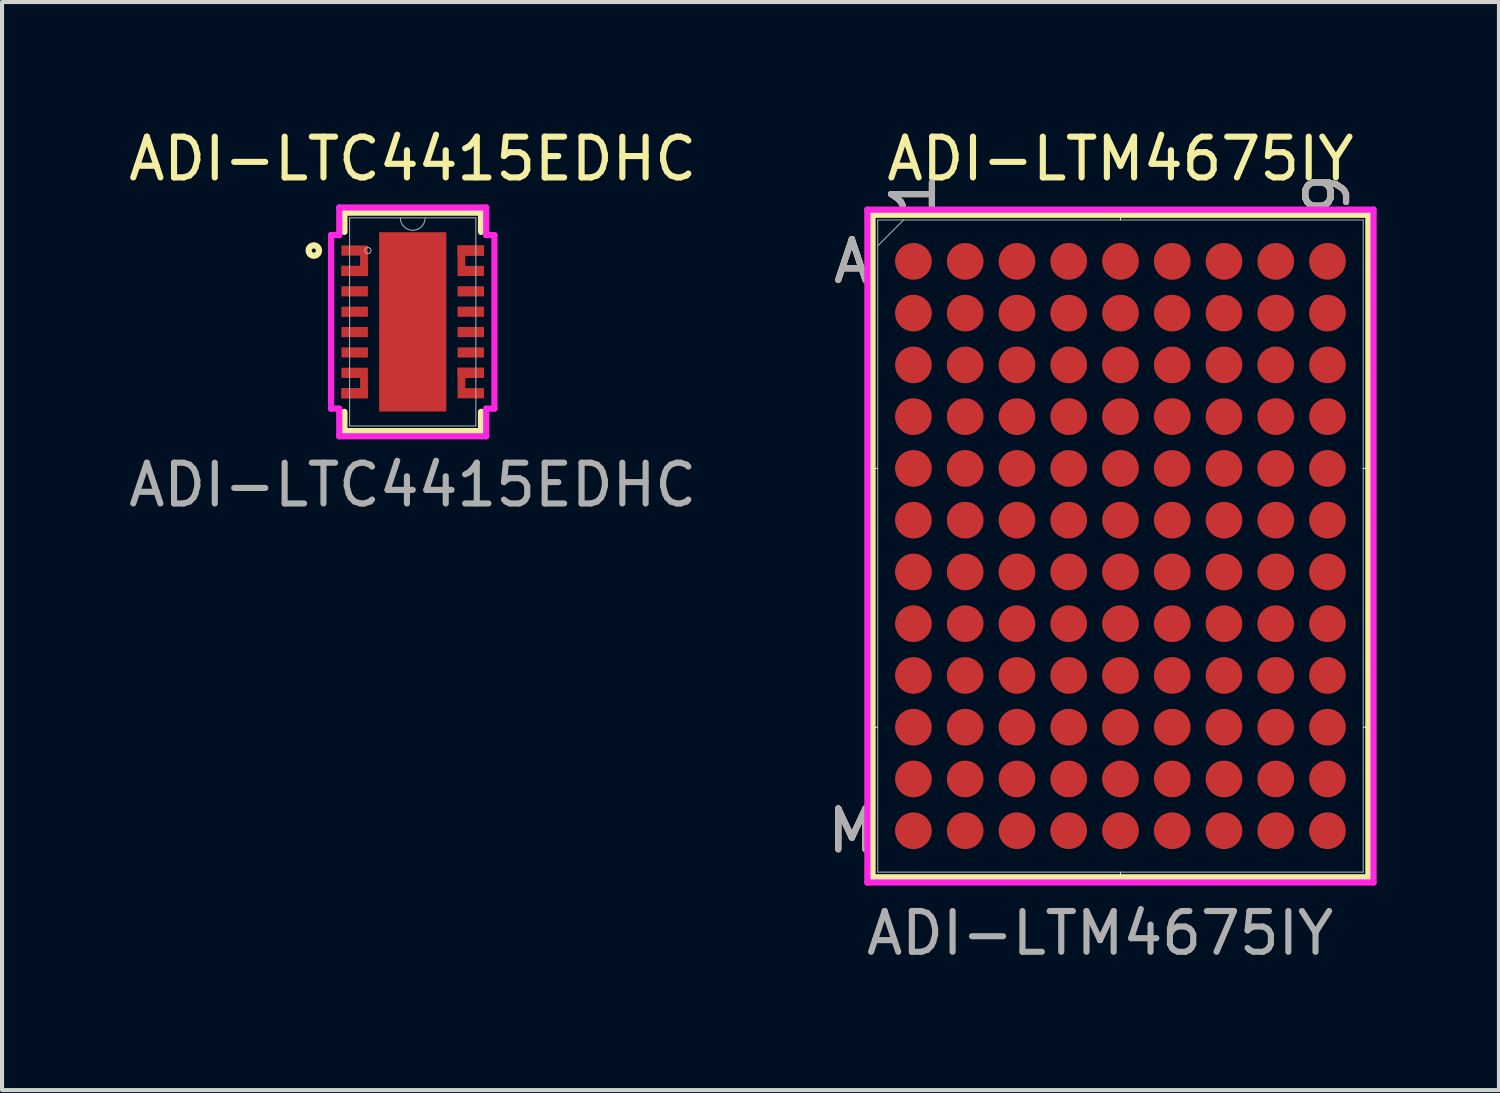
<source format=kicad_pcb>
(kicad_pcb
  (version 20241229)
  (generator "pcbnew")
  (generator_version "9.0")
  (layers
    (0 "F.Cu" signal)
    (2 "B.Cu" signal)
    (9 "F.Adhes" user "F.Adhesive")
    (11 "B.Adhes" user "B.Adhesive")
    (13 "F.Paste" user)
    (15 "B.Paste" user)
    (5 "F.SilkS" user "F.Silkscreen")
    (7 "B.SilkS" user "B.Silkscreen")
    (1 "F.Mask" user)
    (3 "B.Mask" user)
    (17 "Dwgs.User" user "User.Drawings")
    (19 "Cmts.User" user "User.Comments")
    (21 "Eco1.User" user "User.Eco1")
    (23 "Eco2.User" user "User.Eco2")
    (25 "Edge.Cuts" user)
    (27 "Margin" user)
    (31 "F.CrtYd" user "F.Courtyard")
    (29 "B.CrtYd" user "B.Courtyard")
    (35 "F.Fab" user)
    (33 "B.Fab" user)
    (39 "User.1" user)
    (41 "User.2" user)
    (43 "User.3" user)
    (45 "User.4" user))
  (footprint "ADI-LTM4675IY"
    (layer "F.Cu")
    (at 24.442 10.348)
    (property "Reference" "ADI-LTM4675IY" (at 0 -9.5 0) (unlocked yes) (layer "F.SilkS") (effects (font (size 1 1) (thickness 0.15))))
    (attr smd)
    (fp_line (start -6.083 -8.128) (end -6.083 8.128) (stroke (width 0.152) (type solid)) (layer "F.SilkS"))
    (fp_line (start -6.083 8.128) (end 6.083 8.128) (stroke (width 0.152) (type solid)) (layer "F.SilkS"))
    (fp_line (start -5.956 -1.905) (end -6.21 -1.905) (stroke (width 0.025) (type solid)) (layer "F.SilkS"))
    (fp_line (start -5.956 4.445) (end -6.21 4.445) (stroke (width 0.025) (type solid)) (layer "F.SilkS"))
    (fp_line (start 0 -8.001) (end 0 -8.255) (stroke (width 0.025) (type solid)) (layer "F.SilkS"))
    (fp_line (start 0 8.001) (end 0 8.255) (stroke (width 0.025) (type solid)) (layer "F.SilkS"))
    (fp_line (start 5.956 -1.905) (end 6.21 -1.905) (stroke (width 0.025) (type solid)) (layer "F.SilkS"))
    (fp_line (start 5.956 4.445) (end 6.21 4.445) (stroke (width 0.025) (type solid)) (layer "F.SilkS"))
    (fp_line (start 6.083 -8.128) (end -6.083 -8.128) (stroke (width 0.152) (type solid)) (layer "F.SilkS"))
    (fp_line (start 6.083 8.128) (end 6.083 -8.128) (stroke (width 0.152) (type solid)) (layer "F.SilkS"))
    (fp_poly (pts (xy -6.223 -8.128) (xy 6.223 -8.128) (xy 6.223 8.128) (xy -6.223 8.128)) (stroke (width 0.1) (type solid)) (fill no) (layer "Eco2.User"))
    (fp_line (start -6.21 -8.255) (end 6.21 -8.255) (stroke (width 0.152) (type solid)) (layer "F.CrtYd"))
    (fp_line (start -6.21 8.255) (end -6.21 -8.255) (stroke (width 0.152) (type solid)) (layer "F.CrtYd"))
    (fp_line (start 6.21 -8.255) (end 6.21 8.255) (stroke (width 0.152) (type solid)) (layer "F.CrtYd"))
    (fp_line (start 6.21 8.255) (end -6.21 8.255) (stroke (width 0.152) (type solid)) (layer "F.CrtYd"))
    (fp_line (start -5.956 -8.001) (end -5.956 8.001) (stroke (width 0.025) (type solid)) (layer "F.Fab"))
    (fp_line (start -5.956 8.001) (end 5.956 8.001) (stroke (width 0.025) (type solid)) (layer "F.Fab"))
    (fp_line (start -5.321 -8.001) (end -5.956 -7.366) (stroke (width 0.025) (type solid)) (layer "F.Fab"))
    (fp_line (start 5.956 -8.001) (end -5.956 -8.001) (stroke (width 0.025) (type solid)) (layer "F.Fab"))
    (fp_line (start 5.956 8.001) (end 5.956 -8.001) (stroke (width 0.025) (type solid)) (layer "F.Fab"))
    (fp_text user "9" (at 5.08 -8.636 90) (unlocked yes) (layer "F.SilkS") (effects (font (size 1 1) (thickness 0.15))))
    (fp_text user "1" (at -5.08 -8.636 90) (unlocked yes) (layer "F.SilkS") (effects (font (size 1 1) (thickness 0.15))))
    (fp_text user "A" (at -6.591 -6.985 0) (unlocked yes) (layer "F.SilkS") (effects (font (size 1 1) (thickness 0.15))))
    (fp_text user "M" (at -6.591 6.985 0) (unlocked yes) (layer "F.SilkS") (effects (font (size 1 1) (thickness 0.15))))
    (fp_text user "1" (at -5.08 -8.636 90) (unlocked yes) (layer "B.SilkS") (effects (font (size 1 1) (thickness 0.15))))
    (fp_text user "A" (at -6.591 -6.985 0) (unlocked yes) (layer "B.SilkS") (effects (font (size 1 1) (thickness 0.15))))
    (fp_text user "M" (at -6.591 6.985 0) (unlocked yes) (layer "B.SilkS") (effects (font (size 1 1) (thickness 0.15))))
    (fp_text user "9" (at 5.08 -8.636 90) (unlocked yes) (layer "B.SilkS") (effects (font (size 1 1) (thickness 0.15))))
    (fp_text user "A" (at -6.591 -6.985 0) (unlocked yes) (layer "F.Fab") (effects (font (size 1 1) (thickness 0.15))))
    (fp_text user "9" (at 5.08 -8.636 90) (unlocked yes) (layer "F.Fab") (effects (font (size 1 1) (thickness 0.15))))
    (fp_text user "M" (at -6.591 6.985 0) (unlocked yes) (layer "F.Fab") (effects (font (size 1 1) (thickness 0.15))))
    (fp_text user "1" (at -5.08 -8.636 90) (unlocked yes) (layer "F.Fab") (effects (font (size 1 1) (thickness 0.15))))
    (fp_text user "${REFERENCE}" (at -0.5 9.5 0) (unlocked yes) (layer "F.Fab") (effects (font (size 1 1) (thickness 0.15))))
    (pad "A1" smd circle (at -5.08 -6.985) (size 0.9 0.9) (layers "F.Cu" "F.Mask" "F.Paste"))
    (pad "A2" smd circle (at -3.81 -6.985) (size 0.9 0.9) (layers "F.Cu" "F.Mask" "F.Paste"))
    (pad "A3" smd circle (at -2.54 -6.985) (size 0.9 0.9) (layers "F.Cu" "F.Mask" "F.Paste"))
    (pad "A4" smd circle (at -1.27 -6.985) (size 0.9 0.9) (layers "F.Cu" "F.Mask" "F.Paste"))
    (pad "A5" smd circle (at 0 -6.985) (size 0.9 0.9) (layers "F.Cu" "F.Mask" "F.Paste"))
    (pad "A6" smd circle (at 1.27 -6.985) (size 0.9 0.9) (layers "F.Cu" "F.Mask" "F.Paste"))
    (pad "A7" smd circle (at 2.54 -6.985) (size 0.9 0.9) (layers "F.Cu" "F.Mask" "F.Paste"))
    (pad "A8" smd circle (at 3.81 -6.985) (size 0.9 0.9) (layers "F.Cu" "F.Mask" "F.Paste"))
    (pad "A9" smd circle (at 5.08 -6.985) (size 0.9 0.9) (layers "F.Cu" "F.Mask" "F.Paste"))
    (pad "B1" smd circle (at -5.08 -5.715) (size 0.9 0.9) (layers "F.Cu" "F.Mask" "F.Paste"))
    (pad "B2" smd circle (at -3.81 -5.715) (size 0.9 0.9) (layers "F.Cu" "F.Mask" "F.Paste"))
    (pad "B3" smd circle (at -2.54 -5.715) (size 0.9 0.9) (layers "F.Cu" "F.Mask" "F.Paste"))
    (pad "B4" smd circle (at -1.27 -5.715) (size 0.9 0.9) (layers "F.Cu" "F.Mask" "F.Paste"))
    (pad "B5" smd circle (at 0 -5.715) (size 0.9 0.9) (layers "F.Cu" "F.Mask" "F.Paste"))
    (pad "B6" smd circle (at 1.27 -5.715) (size 0.9 0.9) (layers "F.Cu" "F.Mask" "F.Paste"))
    (pad "B7" smd circle (at 2.54 -5.715) (size 0.9 0.9) (layers "F.Cu" "F.Mask" "F.Paste"))
    (pad "B8" smd circle (at 3.81 -5.715) (size 0.9 0.9) (layers "F.Cu" "F.Mask" "F.Paste"))
    (pad "B9" smd circle (at 5.08 -5.715) (size 0.9 0.9) (layers "F.Cu" "F.Mask" "F.Paste"))
    (pad "C1" smd circle (at -5.08 -4.445) (size 0.9 0.9) (layers "F.Cu" "F.Mask" "F.Paste"))
    (pad "C2" smd circle (at -3.81 -4.445) (size 0.9 0.9) (layers "F.Cu" "F.Mask" "F.Paste"))
    (pad "C3" smd circle (at -2.54 -4.445) (size 0.9 0.9) (layers "F.Cu" "F.Mask" "F.Paste"))
    (pad "C4" smd circle (at -1.27 -4.445) (size 0.9 0.9) (layers "F.Cu" "F.Mask" "F.Paste"))
    (pad "C5" smd circle (at 0 -4.445) (size 0.9 0.9) (layers "F.Cu" "F.Mask" "F.Paste"))
    (pad "C6" smd circle (at 1.27 -4.445) (size 0.9 0.9) (layers "F.Cu" "F.Mask" "F.Paste"))
    (pad "C7" smd circle (at 2.54 -4.445) (size 0.9 0.9) (layers "F.Cu" "F.Mask" "F.Paste"))
    (pad "C8" smd circle (at 3.81 -4.445) (size 0.9 0.9) (layers "F.Cu" "F.Mask" "F.Paste"))
    (pad "C9" smd circle (at 5.08 -4.445) (size 0.9 0.9) (layers "F.Cu" "F.Mask" "F.Paste"))
    (pad "D1" smd circle (at -5.08 -3.175) (size 0.9 0.9) (layers "F.Cu" "F.Mask" "F.Paste"))
    (pad "D2" smd circle (at -3.81 -3.175) (size 0.9 0.9) (layers "F.Cu" "F.Mask" "F.Paste"))
    (pad "D3" smd circle (at -2.54 -3.175) (size 0.9 0.9) (layers "F.Cu" "F.Mask" "F.Paste"))
    (pad "D4" smd circle (at -1.27 -3.175) (size 0.9 0.9) (layers "F.Cu" "F.Mask" "F.Paste"))
    (pad "D5" smd circle (at 0 -3.175) (size 0.9 0.9) (layers "F.Cu" "F.Mask" "F.Paste"))
    (pad "D6" smd circle (at 1.27 -3.175) (size 0.9 0.9) (layers "F.Cu" "F.Mask" "F.Paste"))
    (pad "D7" smd circle (at 2.54 -3.175) (size 0.9 0.9) (layers "F.Cu" "F.Mask" "F.Paste"))
    (pad "D8" smd circle (at 3.81 -3.175) (size 0.9 0.9) (layers "F.Cu" "F.Mask" "F.Paste"))
    (pad "D9" smd circle (at 5.08 -3.175) (size 0.9 0.9) (layers "F.Cu" "F.Mask" "F.Paste"))
    (pad "E1" smd circle (at -5.08 -1.905) (size 0.9 0.9) (layers "F.Cu" "F.Mask" "F.Paste"))
    (pad "E2" smd circle (at -3.81 -1.905) (size 0.9 0.9) (layers "F.Cu" "F.Mask" "F.Paste"))
    (pad "E3" smd circle (at -2.54 -1.905) (size 0.9 0.9) (layers "F.Cu" "F.Mask" "F.Paste"))
    (pad "E4" smd circle (at -1.27 -1.905) (size 0.9 0.9) (layers "F.Cu" "F.Mask" "F.Paste"))
    (pad "E5" smd circle (at 0 -1.905) (size 0.9 0.9) (layers "F.Cu" "F.Mask" "F.Paste"))
    (pad "E6" smd circle (at 1.27 -1.905) (size 0.9 0.9) (layers "F.Cu" "F.Mask" "F.Paste"))
    (pad "E7" smd circle (at 2.54 -1.905) (size 0.9 0.9) (layers "F.Cu" "F.Mask" "F.Paste"))
    (pad "E8" smd circle (at 3.81 -1.905) (size 0.9 0.9) (layers "F.Cu" "F.Mask" "F.Paste"))
    (pad "E9" smd circle (at 5.08 -1.905) (size 0.9 0.9) (layers "F.Cu" "F.Mask" "F.Paste"))
    (pad "F1" smd circle (at -5.08 -0.635) (size 0.9 0.9) (layers "F.Cu" "F.Mask" "F.Paste"))
    (pad "F2" smd circle (at -3.81 -0.635) (size 0.9 0.9) (layers "F.Cu" "F.Mask" "F.Paste"))
    (pad "F3" smd circle (at -2.54 -0.635) (size 0.9 0.9) (layers "F.Cu" "F.Mask" "F.Paste"))
    (pad "F4" smd circle (at -1.27 -0.635) (size 0.9 0.9) (layers "F.Cu" "F.Mask" "F.Paste"))
    (pad "F5" smd circle (at 0 -0.635) (size 0.9 0.9) (layers "F.Cu" "F.Mask" "F.Paste"))
    (pad "F6" smd circle (at 1.27 -0.635) (size 0.9 0.9) (layers "F.Cu" "F.Mask" "F.Paste"))
    (pad "F7" smd circle (at 2.54 -0.635) (size 0.9 0.9) (layers "F.Cu" "F.Mask" "F.Paste"))
    (pad "F8" smd circle (at 3.81 -0.635) (size 0.9 0.9) (layers "F.Cu" "F.Mask" "F.Paste"))
    (pad "F9" smd circle (at 5.08 -0.635) (size 0.9 0.9) (layers "F.Cu" "F.Mask" "F.Paste"))
    (pad "G1" smd circle (at -5.08 0.635) (size 0.9 0.9) (layers "F.Cu" "F.Mask" "F.Paste"))
    (pad "G2" smd circle (at -3.81 0.635) (size 0.9 0.9) (layers "F.Cu" "F.Mask" "F.Paste"))
    (pad "G3" smd circle (at -2.54 0.635) (size 0.9 0.9) (layers "F.Cu" "F.Mask" "F.Paste"))
    (pad "G4" smd circle (at -1.27 0.635) (size 0.9 0.9) (layers "F.Cu" "F.Mask" "F.Paste"))
    (pad "G5" smd circle (at 0 0.635) (size 0.9 0.9) (layers "F.Cu" "F.Mask" "F.Paste"))
    (pad "G6" smd circle (at 1.27 0.635) (size 0.9 0.9) (layers "F.Cu" "F.Mask" "F.Paste"))
    (pad "G7" smd circle (at 2.54 0.635) (size 0.9 0.9) (layers "F.Cu" "F.Mask" "F.Paste"))
    (pad "G8" smd circle (at 3.81 0.635) (size 0.9 0.9) (layers "F.Cu" "F.Mask" "F.Paste"))
    (pad "G9" smd circle (at 5.08 0.635) (size 0.9 0.9) (layers "F.Cu" "F.Mask" "F.Paste"))
    (pad "H1" smd circle (at -5.08 1.905) (size 0.9 0.9) (layers "F.Cu" "F.Mask" "F.Paste"))
    (pad "H2" smd circle (at -3.81 1.905) (size 0.9 0.9) (layers "F.Cu" "F.Mask" "F.Paste"))
    (pad "H3" smd circle (at -2.54 1.905) (size 0.9 0.9) (layers "F.Cu" "F.Mask" "F.Paste"))
    (pad "H4" smd circle (at -1.27 1.905) (size 0.9 0.9) (layers "F.Cu" "F.Mask" "F.Paste"))
    (pad "H5" smd circle (at 0 1.905) (size 0.9 0.9) (layers "F.Cu" "F.Mask" "F.Paste"))
    (pad "H6" smd circle (at 1.27 1.905) (size 0.9 0.9) (layers "F.Cu" "F.Mask" "F.Paste"))
    (pad "H7" smd circle (at 2.54 1.905) (size 0.9 0.9) (layers "F.Cu" "F.Mask" "F.Paste"))
    (pad "H8" smd circle (at 3.81 1.905) (size 0.9 0.9) (layers "F.Cu" "F.Mask" "F.Paste"))
    (pad "H9" smd circle (at 5.08 1.905) (size 0.9 0.9) (layers "F.Cu" "F.Mask" "F.Paste"))
    (pad "J1" smd circle (at -5.08 3.175) (size 0.9 0.9) (layers "F.Cu" "F.Mask" "F.Paste"))
    (pad "J2" smd circle (at -3.81 3.175) (size 0.9 0.9) (layers "F.Cu" "F.Mask" "F.Paste"))
    (pad "J3" smd circle (at -2.54 3.175) (size 0.9 0.9) (layers "F.Cu" "F.Mask" "F.Paste"))
    (pad "J4" smd circle (at -1.27 3.175) (size 0.9 0.9) (layers "F.Cu" "F.Mask" "F.Paste"))
    (pad "J5" smd circle (at 0 3.175) (size 0.9 0.9) (layers "F.Cu" "F.Mask" "F.Paste"))
    (pad "J6" smd circle (at 1.27 3.175) (size 0.9 0.9) (layers "F.Cu" "F.Mask" "F.Paste"))
    (pad "J7" smd circle (at 2.54 3.175) (size 0.9 0.9) (layers "F.Cu" "F.Mask" "F.Paste"))
    (pad "J8" smd circle (at 3.81 3.175) (size 0.9 0.9) (layers "F.Cu" "F.Mask" "F.Paste"))
    (pad "J9" smd circle (at 5.08 3.175) (size 0.9 0.9) (layers "F.Cu" "F.Mask" "F.Paste"))
    (pad "K1" smd circle (at -5.08 4.445) (size 0.9 0.9) (layers "F.Cu" "F.Mask" "F.Paste"))
    (pad "K2" smd circle (at -3.81 4.445) (size 0.9 0.9) (layers "F.Cu" "F.Mask" "F.Paste"))
    (pad "K3" smd circle (at -2.54 4.445) (size 0.9 0.9) (layers "F.Cu" "F.Mask" "F.Paste"))
    (pad "K4" smd circle (at -1.27 4.445) (size 0.9 0.9) (layers "F.Cu" "F.Mask" "F.Paste"))
    (pad "K5" smd circle (at 0 4.445) (size 0.9 0.9) (layers "F.Cu" "F.Mask" "F.Paste"))
    (pad "K6" smd circle (at 1.27 4.445) (size 0.9 0.9) (layers "F.Cu" "F.Mask" "F.Paste"))
    (pad "K7" smd circle (at 2.54 4.445) (size 0.9 0.9) (layers "F.Cu" "F.Mask" "F.Paste"))
    (pad "K8" smd circle (at 3.81 4.445) (size 0.9 0.9) (layers "F.Cu" "F.Mask" "F.Paste"))
    (pad "K9" smd circle (at 5.08 4.445) (size 0.9 0.9) (layers "F.Cu" "F.Mask" "F.Paste"))
    (pad "L1" smd circle (at -5.08 5.715) (size 0.9 0.9) (layers "F.Cu" "F.Mask" "F.Paste"))
    (pad "L2" smd circle (at -3.81 5.715) (size 0.9 0.9) (layers "F.Cu" "F.Mask" "F.Paste"))
    (pad "L3" smd circle (at -2.54 5.715) (size 0.9 0.9) (layers "F.Cu" "F.Mask" "F.Paste"))
    (pad "L4" smd circle (at -1.27 5.715) (size 0.9 0.9) (layers "F.Cu" "F.Mask" "F.Paste"))
    (pad "L5" smd circle (at 0 5.715) (size 0.9 0.9) (layers "F.Cu" "F.Mask" "F.Paste"))
    (pad "L6" smd circle (at 1.27 5.715) (size 0.9 0.9) (layers "F.Cu" "F.Mask" "F.Paste"))
    (pad "L7" smd circle (at 2.54 5.715) (size 0.9 0.9) (layers "F.Cu" "F.Mask" "F.Paste"))
    (pad "L8" smd circle (at 3.81 5.715) (size 0.9 0.9) (layers "F.Cu" "F.Mask" "F.Paste"))
    (pad "L9" smd circle (at 5.08 5.715) (size 0.9 0.9) (layers "F.Cu" "F.Mask" "F.Paste"))
    (pad "M1" smd circle (at -5.08 6.985) (size 0.9 0.9) (layers "F.Cu" "F.Mask" "F.Paste"))
    (pad "M2" smd circle (at -3.81 6.985) (size 0.9 0.9) (layers "F.Cu" "F.Mask" "F.Paste"))
    (pad "M3" smd circle (at -2.54 6.985) (size 0.9 0.9) (layers "F.Cu" "F.Mask" "F.Paste"))
    (pad "M4" smd circle (at -1.27 6.985) (size 0.9 0.9) (layers "F.Cu" "F.Mask" "F.Paste"))
    (pad "M5" smd circle (at 0 6.985) (size 0.9 0.9) (layers "F.Cu" "F.Mask" "F.Paste"))
    (pad "M6" smd circle (at 1.27 6.985) (size 0.9 0.9) (layers "F.Cu" "F.Mask" "F.Paste"))
    (pad "M7" smd circle (at 2.54 6.985) (size 0.9 0.9) (layers "F.Cu" "F.Mask" "F.Paste"))
    (pad "M8" smd circle (at 3.81 6.985) (size 0.9 0.9) (layers "F.Cu" "F.Mask" "F.Paste"))
    (pad "M9" smd circle (at 5.08 6.985) (size 0.9 0.9) (layers "F.Cu" "F.Mask" "F.Paste")))
  (footprint "ADI-LTC4415EDHC"
    (layer "F.Cu")
    (at 7.077 4.848)
    (property "Reference" "ADI-LTC4415EDHC" (at 0 -4 0) (unlocked yes) (layer "F.SilkS") (effects (font (size 1 1) (thickness 0.15))))
    (attr smd)
    (fp_line (start -1.676 -2.68) (end -1.676 -2.208) (stroke (width 0.152) (type solid)) (layer "F.SilkS"))
    (fp_line (start -1.676 2.208) (end -1.676 2.68) (stroke (width 0.152) (type solid)) (layer "F.SilkS"))
    (fp_line (start -1.676 2.68) (end 1.676 2.68) (stroke (width 0.152) (type solid)) (layer "F.SilkS"))
    (fp_line (start 1.676 -2.68) (end -1.676 -2.68) (stroke (width 0.152) (type solid)) (layer "F.SilkS"))
    (fp_line (start 1.676 -2.208) (end 1.676 -2.68) (stroke (width 0.152) (type solid)) (layer "F.SilkS"))
    (fp_line (start 1.676 2.68) (end 1.676 2.208) (stroke (width 0.152) (type solid)) (layer "F.SilkS"))
    (fp_circle (center -2.427 -1.75) (end -2.3 -1.75) (stroke (width 0.152) (type solid)) (fill no) (layer "F.SilkS"))
    (fp_poly (pts (xy -0.725 -2.1) (xy -0.725 -0.833) (xy 0.725 -0.833) (xy 0.725 -2.1)) (stroke (width 0) (type solid)) (fill yes) (layer "F.Paste"))
    (fp_poly (pts (xy -0.725 -0.633) (xy -0.725 0.633) (xy 0.725 0.633) (xy 0.725 -0.633)) (stroke (width 0) (type solid)) (fill yes) (layer "F.Paste"))
    (fp_poly (pts (xy -0.725 0.833) (xy -0.725 2.1) (xy 0.725 2.1) (xy 0.725 0.833)) (stroke (width 0) (type solid)) (fill yes) (layer "F.Paste"))
    (fp_line (start -2.004 -2.129) (end -1.803 -2.129) (stroke (width 0.152) (type solid)) (layer "F.CrtYd"))
    (fp_line (start -2.004 2.129) (end -2.004 -2.129) (stroke (width 0.152) (type solid)) (layer "F.CrtYd"))
    (fp_line (start -2.004 2.129) (end -1.803 2.129) (stroke (width 0.152) (type solid)) (layer "F.CrtYd"))
    (fp_line (start -1.803 -2.807) (end 1.803 -2.807) (stroke (width 0.152) (type solid)) (layer "F.CrtYd"))
    (fp_line (start -1.803 -2.129) (end -1.803 -2.807) (stroke (width 0.152) (type solid)) (layer "F.CrtYd"))
    (fp_line (start -1.803 2.807) (end -1.803 2.129) (stroke (width 0.152) (type solid)) (layer "F.CrtYd"))
    (fp_line (start 1.803 -2.807) (end 1.803 -2.129) (stroke (width 0.152) (type solid)) (layer "F.CrtYd"))
    (fp_line (start 1.803 2.129) (end 1.803 2.807) (stroke (width 0.152) (type solid)) (layer "F.CrtYd"))
    (fp_line (start 1.803 2.807) (end -1.803 2.807) (stroke (width 0.152) (type solid)) (layer "F.CrtYd"))
    (fp_line (start 2.004 -2.129) (end 1.803 -2.129) (stroke (width 0.152) (type solid)) (layer "F.CrtYd"))
    (fp_line (start 2.004 -2.129) (end 2.004 2.129) (stroke (width 0.152) (type solid)) (layer "F.CrtYd"))
    (fp_line (start 2.004 2.129) (end 1.803 2.129) (stroke (width 0.152) (type solid)) (layer "F.CrtYd"))
    (fp_line (start -1.549 -2.553) (end -1.549 2.553) (stroke (width 0.025) (type solid)) (layer "F.Fab"))
    (fp_line (start -1.549 2.553) (end 1.549 2.553) (stroke (width 0.025) (type solid)) (layer "F.Fab"))
    (fp_line (start 1.549 -2.553) (end -1.549 -2.553) (stroke (width 0.025) (type solid)) (layer "F.Fab"))
    (fp_line (start 1.549 2.553) (end 1.549 -2.553) (stroke (width 0.025) (type solid)) (layer "F.Fab"))
    (fp_arc (start 0.3048 -2.5527) (mid 0 -2.2479) (end -0.3048 -2.5527) (stroke (width 0.0254) (type solid)) (layer "F.Fab"))
    (fp_circle (center -1.1 -1.75) (end -1.024 -1.75) (stroke (width 0.025) (type solid)) (fill no) (layer "F.Fab"))
    (fp_text user "${REFERENCE}" (at 0 4 0) (unlocked yes) (layer "F.Fab") (effects (font (size 1 1) (thickness 0.15))))
    (pad "1" smd custom (at -1.425 -1.75) (size 0.65 0.25) (layers "F.Cu" "F.Mask" "F.Paste") (options (anchor rect)) (primitives (gr_poly (pts (xy -0.325 0.375) (xy -0.325 0.625) (xy 0.325 0.625) (xy 0.325 -0.125) (xy -0.325 -0.125) (xy -0.325 0.125) (xy 0.135 0.125) (xy 0.135 0.375)) (width 0) (fill yes))))
    (pad "2" smd rect (at -1.425 -1.25) (size 0.65 0.25) (layers "F.Cu" "F.Mask" "F.Paste"))
    (pad "3" smd rect (at -1.425 -0.75) (size 0.65 0.25) (layers "F.Cu" "F.Mask" "F.Paste"))
    (pad "4" smd rect (at -1.425 -0.25) (size 0.65 0.25) (layers "F.Cu" "F.Mask" "F.Paste"))
    (pad "5" smd rect (at -1.425 0.25) (size 0.65 0.25) (layers "F.Cu" "F.Mask" "F.Paste"))
    (pad "6" smd rect (at -1.425 0.75) (size 0.65 0.25) (layers "F.Cu" "F.Mask" "F.Paste"))
    (pad "7" smd custom (at -1.425 1.25) (size 0.65 0.25) (layers "F.Cu" "F.Mask" "F.Paste") (options (anchor rect)) (primitives (gr_poly (pts (xy -0.325 0.375) (xy -0.325 0.625) (xy 0.325 0.625) (xy 0.325 -0.125) (xy -0.325 -0.125) (xy -0.325 0.125) (xy 0.135 0.125) (xy 0.135 0.375)) (width 0) (fill yes))))
    (pad "8" smd rect (at -1.425 1.75) (size 0.65 0.25) (layers "F.Cu" "F.Mask" "F.Paste"))
    (pad "9" smd custom (at 1.425 1.75) (size 0.65 0.25) (layers "F.Cu" "F.Mask" "F.Paste") (options (anchor rect)) (primitives (gr_poly (pts (xy 0.325 -0.375) (xy 0.325 -0.625) (xy -0.325 -0.625) (xy -0.325 0.125) (xy 0.325 0.125) (xy 0.325 -0.125) (xy -0.135 -0.125) (xy -0.135 -0.375)) (width 0) (fill yes))))
    (pad "10" smd rect (at 1.425 1.25) (size 0.65 0.25) (layers "F.Cu" "F.Mask" "F.Paste"))
    (pad "11" smd rect (at 1.425 0.75) (size 0.65 0.25) (layers "F.Cu" "F.Mask" "F.Paste"))
    (pad "12" smd rect (at 1.425 0.25) (size 0.65 0.25) (layers "F.Cu" "F.Mask" "F.Paste"))
    (pad "13" smd rect (at 1.425 -0.25) (size 0.65 0.25) (layers "F.Cu" "F.Mask" "F.Paste"))
    (pad "14" smd rect (at 1.425 -0.75) (size 0.65 0.25) (layers "F.Cu" "F.Mask" "F.Paste"))
    (pad "15" smd custom (at 1.425 -1.25) (size 0.65 0.25) (layers "F.Cu" "F.Mask" "F.Paste") (options (anchor rect)) (primitives (gr_poly (pts (xy 0.325 -0.375) (xy 0.325 -0.625) (xy -0.325 -0.625) (xy -0.325 0.125) (xy 0.325 0.125) (xy 0.325 -0.125) (xy -0.135 -0.125) (xy -0.135 -0.375)) (width 0) (fill yes))))
    (pad "16" smd rect (at 1.425 -1.75) (size 0.65 0.25) (layers "F.Cu" "F.Mask" "F.Paste"))
    (pad "17" smd rect (at 0 0) (size 1.65 4.4) (layers "F.Cu" "F.Mask")))
  (gr_rect
    (start -3 -3)
    (end 33.729 23.697)
    (stroke (width 0.1) (type default))
    (fill no)
    (layer "Edge.Cuts")))
</source>
